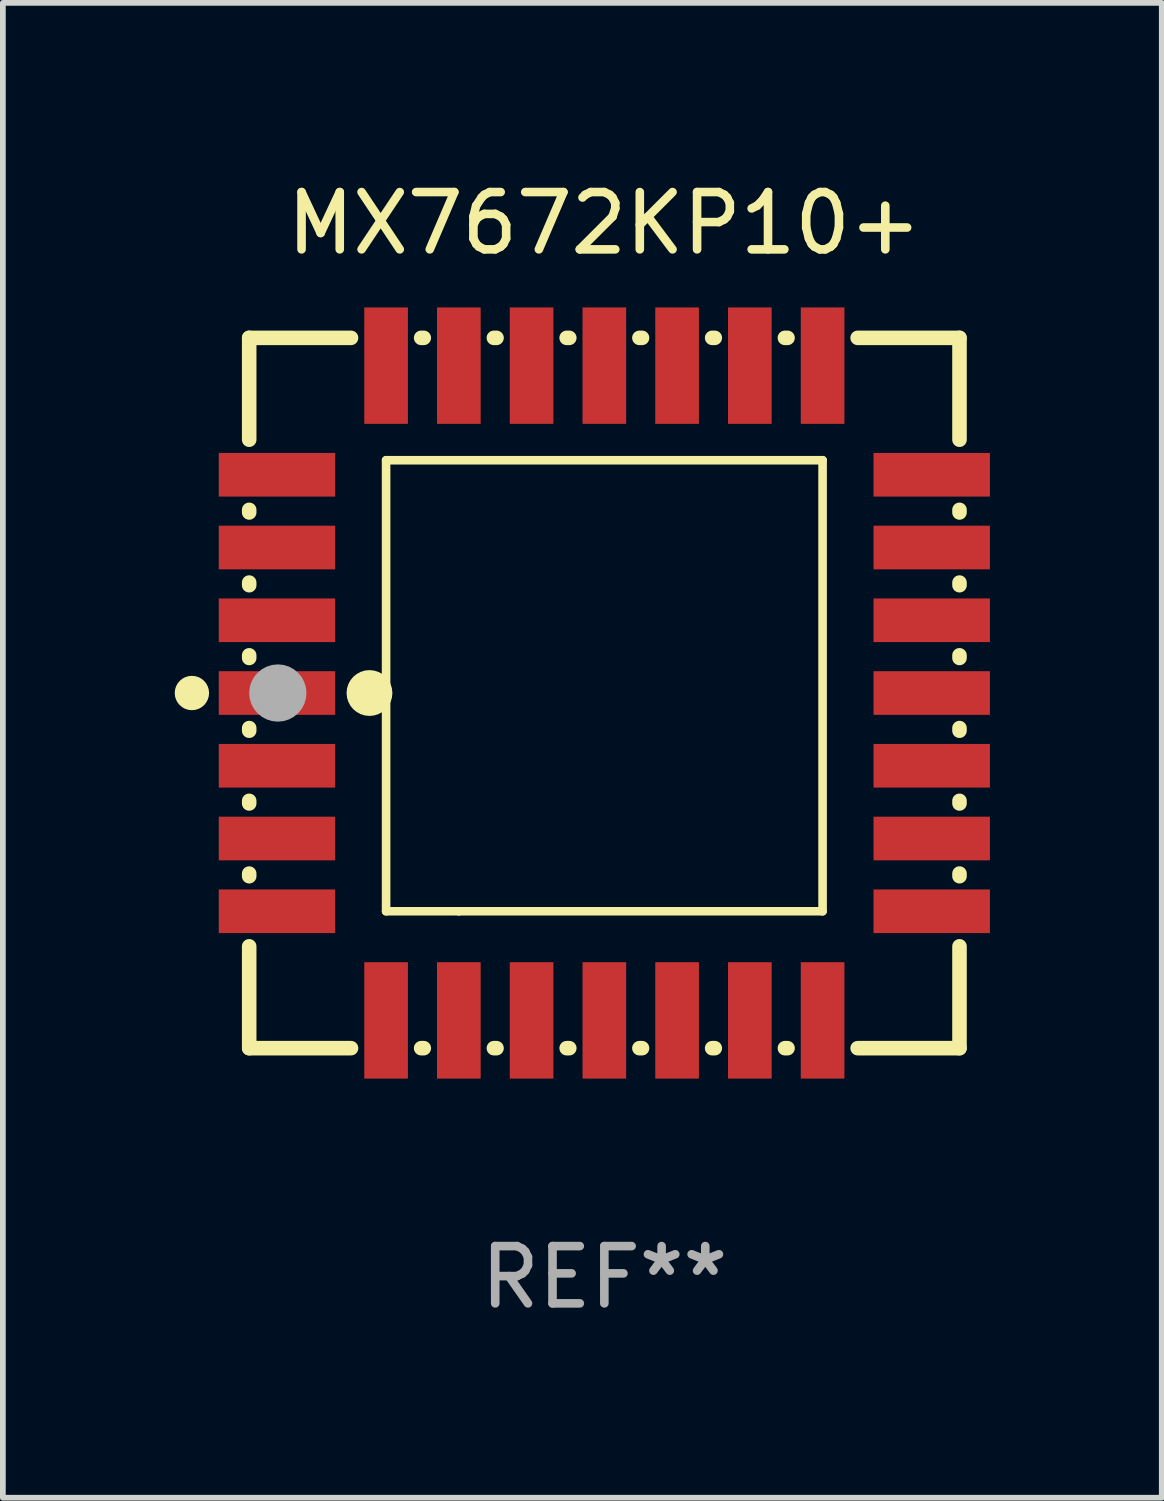
<source format=kicad_pcb>
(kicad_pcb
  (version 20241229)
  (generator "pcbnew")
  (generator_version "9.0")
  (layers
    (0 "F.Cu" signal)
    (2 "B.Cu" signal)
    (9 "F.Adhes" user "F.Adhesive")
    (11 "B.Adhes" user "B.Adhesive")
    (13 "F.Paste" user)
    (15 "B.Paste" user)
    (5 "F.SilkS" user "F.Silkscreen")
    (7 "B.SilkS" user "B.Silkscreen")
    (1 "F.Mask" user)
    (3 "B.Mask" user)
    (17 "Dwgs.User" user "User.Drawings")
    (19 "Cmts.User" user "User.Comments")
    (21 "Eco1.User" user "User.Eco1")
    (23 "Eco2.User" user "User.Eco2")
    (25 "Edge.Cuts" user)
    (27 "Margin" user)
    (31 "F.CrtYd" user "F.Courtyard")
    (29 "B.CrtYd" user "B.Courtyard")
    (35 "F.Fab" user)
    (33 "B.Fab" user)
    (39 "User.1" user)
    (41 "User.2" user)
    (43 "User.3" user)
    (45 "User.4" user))
  (footprint "MX7672KP10+"
    (layer "F.Cu")
    (at 7.5 9.048)
    (property "Reference" "MX7672KP10+" (at 0 -8.2 0) (layer "F.SilkS") (effects (font (size 1 1) (thickness 0.15))))
    (attr through_hole)
    (fp_line (start -6.2 -6.2) (end -4.422 -6.2) (stroke (width 0.254) (type solid)) (layer "F.SilkS"))
    (fp_line (start -6.2 -4.422) (end -6.2 -6.2) (stroke (width 0.254) (type solid)) (layer "F.SilkS"))
    (fp_line (start -6.2 -3.152) (end -6.2 -3.198) (stroke (width 0.254) (type solid)) (layer "F.SilkS"))
    (fp_line (start -6.2 -1.882) (end -6.2 -1.928) (stroke (width 0.254) (type solid)) (layer "F.SilkS"))
    (fp_line (start -6.2 -0.612) (end -6.2 -0.658) (stroke (width 0.254) (type solid)) (layer "F.SilkS"))
    (fp_line (start -6.2 0.658) (end -6.2 0.612) (stroke (width 0.254) (type solid)) (layer "F.SilkS"))
    (fp_line (start -6.2 1.928) (end -6.2 1.882) (stroke (width 0.254) (type solid)) (layer "F.SilkS"))
    (fp_line (start -6.2 3.198) (end -6.2 3.152) (stroke (width 0.254) (type solid)) (layer "F.SilkS"))
    (fp_line (start -6.2 6.2) (end -6.2 4.422) (stroke (width 0.254) (type solid)) (layer "F.SilkS"))
    (fp_line (start -4.422 6.2) (end -6.2 6.2) (stroke (width 0.254) (type solid)) (layer "F.SilkS"))
    (fp_line (start -3.81 -4.064) (end 3.81 -4.064) (stroke (width 0.15) (type solid)) (layer "F.SilkS"))
    (fp_line (start -3.81 3.81) (end -3.81 -4.064) (stroke (width 0.15) (type solid)) (layer "F.SilkS"))
    (fp_line (start -3.198 -6.2) (end -3.152 -6.2) (stroke (width 0.254) (type solid)) (layer "F.SilkS"))
    (fp_line (start -3.152 6.2) (end -3.198 6.2) (stroke (width 0.254) (type solid)) (layer "F.SilkS"))
    (fp_line (start -2.54 3.81) (end -3.81 3.81) (stroke (width 0.15) (type solid)) (layer "F.SilkS"))
    (fp_line (start -1.928 -6.2) (end -1.882 -6.2) (stroke (width 0.254) (type solid)) (layer "F.SilkS"))
    (fp_line (start -1.882 6.2) (end -1.928 6.2) (stroke (width 0.254) (type solid)) (layer "F.SilkS"))
    (fp_line (start -0.658 -6.2) (end -0.612 -6.2) (stroke (width 0.254) (type solid)) (layer "F.SilkS"))
    (fp_line (start -0.612 6.2) (end -0.658 6.2) (stroke (width 0.254) (type solid)) (layer "F.SilkS"))
    (fp_line (start 0.612 -6.2) (end 0.658 -6.2) (stroke (width 0.254) (type solid)) (layer "F.SilkS"))
    (fp_line (start 0.658 6.2) (end 0.612 6.2) (stroke (width 0.254) (type solid)) (layer "F.SilkS"))
    (fp_line (start 1.882 -6.2) (end 1.928 -6.2) (stroke (width 0.254) (type solid)) (layer "F.SilkS"))
    (fp_line (start 1.928 6.2) (end 1.882 6.2) (stroke (width 0.254) (type solid)) (layer "F.SilkS"))
    (fp_line (start 3.152 -6.2) (end 3.198 -6.2) (stroke (width 0.254) (type solid)) (layer "F.SilkS"))
    (fp_line (start 3.198 6.2) (end 3.152 6.2) (stroke (width 0.254) (type solid)) (layer "F.SilkS"))
    (fp_line (start 3.81 -4.064) (end 3.81 3.81) (stroke (width 0.15) (type solid)) (layer "F.SilkS"))
    (fp_line (start 3.81 3.81) (end -2.54 3.81) (stroke (width 0.15) (type solid)) (layer "F.SilkS"))
    (fp_line (start 4.422 -6.2) (end 6.2 -6.2) (stroke (width 0.254) (type solid)) (layer "F.SilkS"))
    (fp_line (start 6.2 -6.2) (end 6.2 -4.422) (stroke (width 0.254) (type solid)) (layer "F.SilkS"))
    (fp_line (start 6.2 -3.198) (end 6.2 -3.152) (stroke (width 0.254) (type solid)) (layer "F.SilkS"))
    (fp_line (start 6.2 -1.928) (end 6.2 -1.882) (stroke (width 0.254) (type solid)) (layer "F.SilkS"))
    (fp_line (start 6.2 -0.658) (end 6.2 -0.612) (stroke (width 0.254) (type solid)) (layer "F.SilkS"))
    (fp_line (start 6.2 0.612) (end 6.2 0.658) (stroke (width 0.254) (type solid)) (layer "F.SilkS"))
    (fp_line (start 6.2 1.882) (end 6.2 1.928) (stroke (width 0.254) (type solid)) (layer "F.SilkS"))
    (fp_line (start 6.2 3.152) (end 6.2 3.198) (stroke (width 0.254) (type solid)) (layer "F.SilkS"))
    (fp_line (start 6.2 4.422) (end 6.2 6.2) (stroke (width 0.254) (type solid)) (layer "F.SilkS"))
    (fp_line (start 6.2 6.2) (end 4.422 6.2) (stroke (width 0.254) (type solid)) (layer "F.SilkS"))
    (fp_circle (center -7.2 0) (end -7.05 0) (stroke (width 0.3) (type solid)) (fill no) (layer "F.SilkS"))
    (fp_circle (center -6.223 6.223) (end -6.193 6.223) (stroke (width 0.06) (type solid)) (fill no) (layer "F.SilkS"))
    (fp_circle (center -4.1 0) (end -3.9 0) (stroke (width 0.4) (type solid)) (fill no) (layer "F.SilkS"))
    (fp_circle (center -5.7 0) (end -5.45 0) (stroke (width 0.5) (type solid)) (fill no) (layer "F.Fab"))
    (fp_text user "REF**" (at 0 10.2 0) (layer "F.Fab") (effects (font (size 1 1) (thickness 0.15))))
    (pad "1" smd rect (at -5.715 0) (size 2.032 0.762) (layers "F.Cu" "F.Mask" "F.Paste"))
    (pad "2" smd rect (at -5.715 1.27) (size 2.032 0.762) (layers "F.Cu" "F.Mask" "F.Paste"))
    (pad "3" smd rect (at -5.715 2.54) (size 2.032 0.762) (layers "F.Cu" "F.Mask" "F.Paste"))
    (pad "4" smd rect (at -5.715 3.81) (size 2.032 0.762) (layers "F.Cu" "F.Mask" "F.Paste"))
    (pad "5" smd rect (at -3.81 5.715) (size 0.762 2.032) (layers "F.Cu" "F.Mask" "F.Paste"))
    (pad "6" smd rect (at -2.54 5.715) (size 0.762 2.032) (layers "F.Cu" "F.Mask" "F.Paste"))
    (pad "7" smd rect (at -1.27 5.715) (size 0.762 2.032) (layers "F.Cu" "F.Mask" "F.Paste"))
    (pad "8" smd rect (at 0 5.715) (size 0.762 2.032) (layers "F.Cu" "F.Mask" "F.Paste"))
    (pad "9" smd rect (at 1.27 5.715) (size 0.762 2.032) (layers "F.Cu" "F.Mask" "F.Paste"))
    (pad "10" smd rect (at 2.54 5.715) (size 0.762 2.032) (layers "F.Cu" "F.Mask" "F.Paste"))
    (pad "11" smd rect (at 3.81 5.715) (size 0.762 2.032) (layers "F.Cu" "F.Mask" "F.Paste"))
    (pad "12" smd rect (at 5.715 3.81) (size 2.032 0.762) (layers "F.Cu" "F.Mask" "F.Paste"))
    (pad "13" smd rect (at 5.715 2.54) (size 2.032 0.762) (layers "F.Cu" "F.Mask" "F.Paste"))
    (pad "14" smd rect (at 5.715 1.27) (size 2.032 0.762) (layers "F.Cu" "F.Mask" "F.Paste"))
    (pad "15" smd rect (at 5.715 0) (size 2.032 0.762) (layers "F.Cu" "F.Mask" "F.Paste"))
    (pad "16" smd rect (at 5.715 -1.27) (size 2.032 0.762) (layers "F.Cu" "F.Mask" "F.Paste"))
    (pad "17" smd rect (at 5.715 -2.54) (size 2.032 0.762) (layers "F.Cu" "F.Mask" "F.Paste"))
    (pad "18" smd rect (at 5.715 -3.81) (size 2.032 0.762) (layers "F.Cu" "F.Mask" "F.Paste"))
    (pad "19" smd rect (at 3.81 -5.715) (size 0.762 2.032) (layers "F.Cu" "F.Mask" "F.Paste"))
    (pad "20" smd rect (at 2.54 -5.715) (size 0.762 2.032) (layers "F.Cu" "F.Mask" "F.Paste"))
    (pad "21" smd rect (at 1.27 -5.715) (size 0.762 2.032) (layers "F.Cu" "F.Mask" "F.Paste"))
    (pad "22" smd rect (at 0 -5.715) (size 0.762 2.032) (layers "F.Cu" "F.Mask" "F.Paste"))
    (pad "23" smd rect (at -1.27 -5.715) (size 0.762 2.032) (layers "F.Cu" "F.Mask" "F.Paste"))
    (pad "24" smd rect (at -2.54 -5.715) (size 0.762 2.032) (layers "F.Cu" "F.Mask" "F.Paste"))
    (pad "25" smd rect (at -3.81 -5.715) (size 0.762 2.032) (layers "F.Cu" "F.Mask" "F.Paste"))
    (pad "26" smd rect (at -5.715 -3.81) (size 2.032 0.762) (layers "F.Cu" "F.Mask" "F.Paste"))
    (pad "27" smd rect (at -5.715 -2.54) (size 2.032 0.762) (layers "F.Cu" "F.Mask" "F.Paste"))
    (pad "28" smd rect (at -5.715 -1.27) (size 2.032 0.762) (layers "F.Cu" "F.Mask" "F.Paste")))
  (gr_rect
    (start -3 -3)
    (end 17.231 23.096)
    (stroke (width 0.1) (type default))
    (fill no)
    (layer "Edge.Cuts")))
</source>
